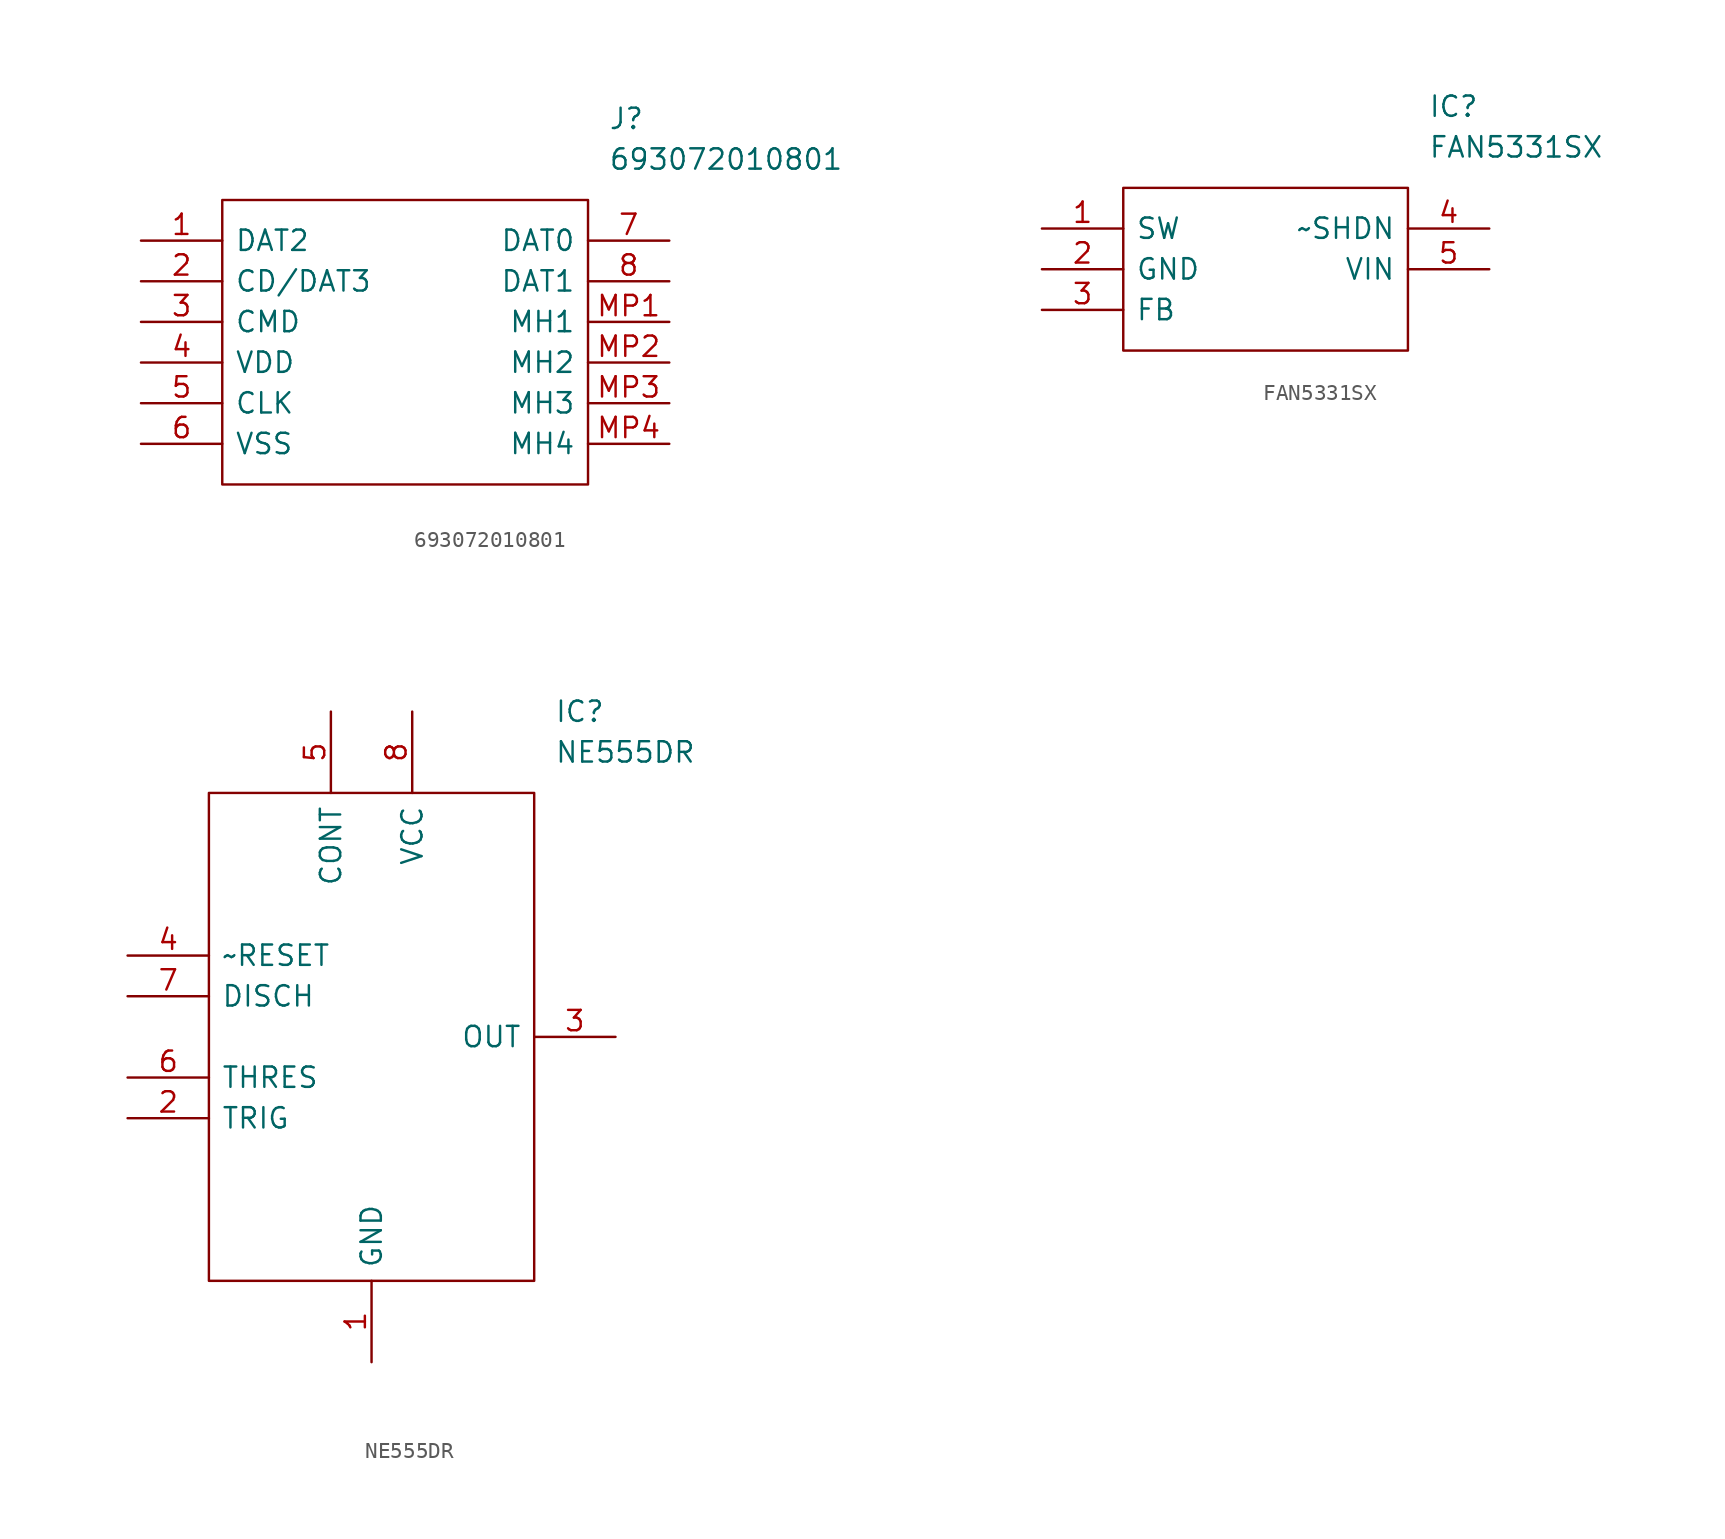
<source format=kicad_sym>
(kicad_symbol_lib
  (version 20210619)
  (generator kicad_symbol_editor)
  (symbol "693072010801"
    (pin_names
      (offset 0.762))
    (property "Reference" "J"
      (at 29.21 7.62 0)
      (effects (font (size 1.27 1.27)) (justify left)))
    (property "Value" "693072010801"
      (at 29.21 5.08 0)
      (effects (font (size 1.27 1.27)) (justify left)))
    (symbol "693072010801_0_0"
      (pin passive line (at 0 0 0) (length 5.08) (name "DAT2" (effects (font (size 1.27 1.27)))) (number "1" (effects (font (size 1.27 1.27)))))
      (pin passive line (at 0 -2.54 0) (length 5.08) (name "CD/DAT3" (effects (font (size 1.27 1.27)))) (number "2" (effects (font (size 1.27 1.27)))))
      (pin passive line (at 0 -5.08 0) (length 5.08) (name "CMD" (effects (font (size 1.27 1.27)))) (number "3" (effects (font (size 1.27 1.27)))))
      (pin passive line (at 0 -7.62 0) (length 5.08) (name "VDD" (effects (font (size 1.27 1.27)))) (number "4" (effects (font (size 1.27 1.27)))))
      (pin passive line (at 0 -10.16 0) (length 5.08) (name "CLK" (effects (font (size 1.27 1.27)))) (number "5" (effects (font (size 1.27 1.27)))))
      (pin passive line (at 0 -12.7 0) (length 5.08) (name "VSS" (effects (font (size 1.27 1.27)))) (number "6" (effects (font (size 1.27 1.27)))))
      (pin passive line (at 33.02 0 180) (length 5.08) (name "DAT0" (effects (font (size 1.27 1.27)))) (number "7" (effects (font (size 1.27 1.27)))))
      (pin passive line (at 33.02 -2.54 180) (length 5.08) (name "DAT1" (effects (font (size 1.27 1.27)))) (number "8" (effects (font (size 1.27 1.27)))))
      (pin passive line (at 33.02 -5.08 180) (length 5.08) (name "MH1" (effects (font (size 1.27 1.27)))) (number "MP1" (effects (font (size 1.27 1.27)))))
      (pin passive line (at 33.02 -7.62 180) (length 5.08) (name "MH2" (effects (font (size 1.27 1.27)))) (number "MP2" (effects (font (size 1.27 1.27)))))
      (pin passive line (at 33.02 -10.16 180) (length 5.08) (name "MH3" (effects (font (size 1.27 1.27)))) (number "MP3" (effects (font (size 1.27 1.27)))))
      (pin passive line (at 33.02 -12.7 180) (length 5.08) (name "MH4" (effects (font (size 1.27 1.27)))) (number "MP4" (effects (font (size 1.27 1.27))))))
    (symbol "693072010801_0_1"
      (polyline (pts (xy 5.08 2.54) (xy 27.94 2.54) (xy 27.94 -15.24) (xy 5.08 -15.24) (xy 5.08 2.54)) (stroke (width 0.152)) (fill (type none)))))
  (symbol "FAN5331SX"
    (pin_names
      (offset 0.762))
    (property "Reference" "IC"
      (at 24.13 7.62 0)
      (effects (font (size 1.27 1.27)) (justify left)))
    (property "Value" "FAN5331SX"
      (at 24.13 5.08 0)
      (effects (font (size 1.27 1.27)) (justify left)))
    (symbol "FAN5331SX_0_0"
      (pin passive line (at 0 0 0) (length 5.08) (name "SW" (effects (font (size 1.27 1.27)))) (number "1" (effects (font (size 1.27 1.27)))))
      (pin passive line (at 0 -2.54 0) (length 5.08) (name "GND" (effects (font (size 1.27 1.27)))) (number "2" (effects (font (size 1.27 1.27)))))
      (pin passive line (at 0 -5.08 0) (length 5.08) (name "FB" (effects (font (size 1.27 1.27)))) (number "3" (effects (font (size 1.27 1.27)))))
      (pin passive line (at 27.94 0 180) (length 5.08) (name "~SHDN" (effects (font (size 1.27 1.27)))) (number "4" (effects (font (size 1.27 1.27)))))
      (pin passive line (at 27.94 -2.54 180) (length 5.08) (name "VIN" (effects (font (size 1.27 1.27)))) (number "5" (effects (font (size 1.27 1.27))))))
    (symbol "FAN5331SX_0_1"
      (polyline (pts (xy 5.08 2.54) (xy 22.86 2.54) (xy 22.86 -7.62) (xy 5.08 -7.62) (xy 5.08 2.54)) (stroke (width 0.152)) (fill (type none)))))
  (symbol "NE555DR"
    (pin_names
      (offset 0.762))
    (property "Reference" "IC"
      (at 26.67 15.24 0)
      (effects (font (size 1.27 1.27)) (justify left)))
    (property "Value" "NE555DR"
      (at 26.67 12.7 0)
      (effects (font (size 1.27 1.27)) (justify left)))
    (symbol "NE555DR_0_0"
      (pin bidirectional line (at 15.24 -25.4 90) (length 5.08) (name "GND" (effects (font (size 1.27 1.27)))) (number "1" (effects (font (size 1.27 1.27)))))
      (pin bidirectional line (at 0 -10.16 0) (length 5.08) (name "TRIG" (effects (font (size 1.27 1.27)))) (number "2" (effects (font (size 1.27 1.27)))))
      (pin bidirectional line (at 30.48 -5.08 180) (length 5.08) (name "OUT" (effects (font (size 1.27 1.27)))) (number "3" (effects (font (size 1.27 1.27)))))
      (pin bidirectional line (at 0 0 0) (length 5.08) (name "~RESET" (effects (font (size 1.27 1.27)))) (number "4" (effects (font (size 1.27 1.27)))))
      (pin bidirectional line (at 12.7 15.24 270) (length 5.08) (name "CONT" (effects (font (size 1.27 1.27)))) (number "5" (effects (font (size 1.27 1.27)))))
      (pin bidirectional line (at 0 -7.62 0) (length 5.08) (name "THRES" (effects (font (size 1.27 1.27)))) (number "6" (effects (font (size 1.27 1.27)))))
      (pin bidirectional line (at 0 -2.54 0) (length 5.08) (name "DISCH" (effects (font (size 1.27 1.27)))) (number "7" (effects (font (size 1.27 1.27)))))
      (pin bidirectional line (at 17.78 15.24 270) (length 5.08) (name "VCC" (effects (font (size 1.27 1.27)))) (number "8" (effects (font (size 1.27 1.27))))))
    (symbol "NE555DR_0_1"
      (polyline (pts (xy 5.08 10.16) (xy 25.4 10.16) (xy 25.4 -20.32) (xy 5.08 -20.32) (xy 5.08 10.16)) (stroke (width 0.152)) (fill (type none))))))
</source>
